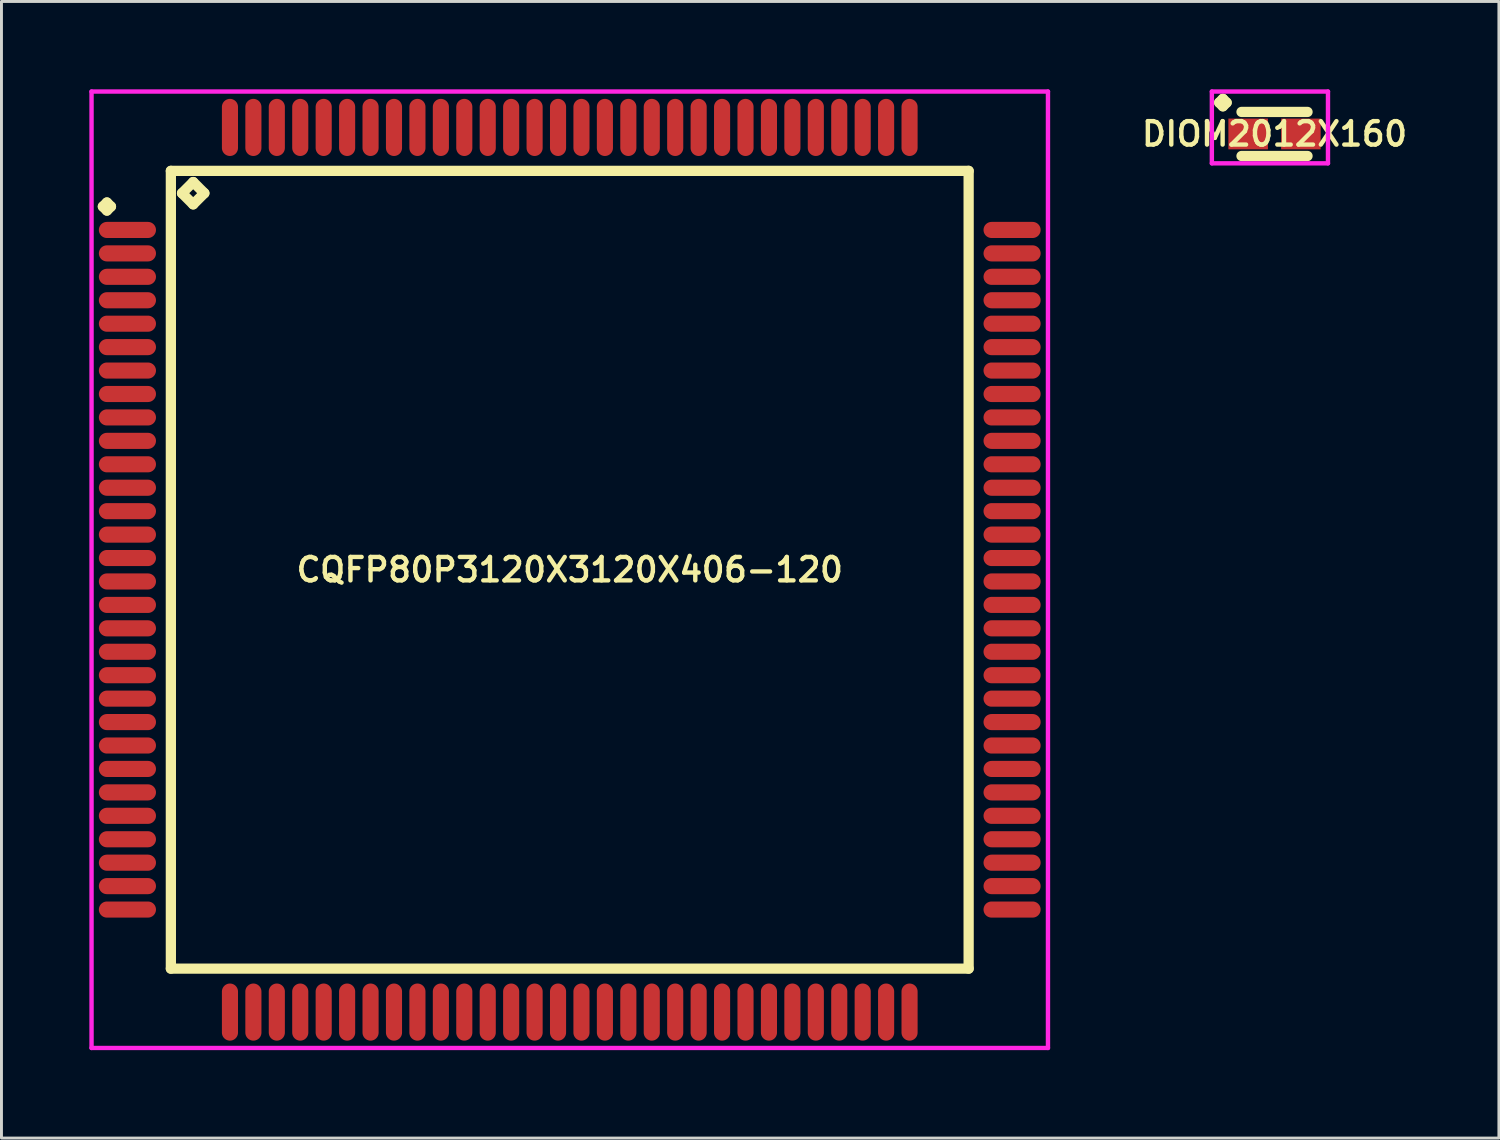
<source format=kicad_pcb>
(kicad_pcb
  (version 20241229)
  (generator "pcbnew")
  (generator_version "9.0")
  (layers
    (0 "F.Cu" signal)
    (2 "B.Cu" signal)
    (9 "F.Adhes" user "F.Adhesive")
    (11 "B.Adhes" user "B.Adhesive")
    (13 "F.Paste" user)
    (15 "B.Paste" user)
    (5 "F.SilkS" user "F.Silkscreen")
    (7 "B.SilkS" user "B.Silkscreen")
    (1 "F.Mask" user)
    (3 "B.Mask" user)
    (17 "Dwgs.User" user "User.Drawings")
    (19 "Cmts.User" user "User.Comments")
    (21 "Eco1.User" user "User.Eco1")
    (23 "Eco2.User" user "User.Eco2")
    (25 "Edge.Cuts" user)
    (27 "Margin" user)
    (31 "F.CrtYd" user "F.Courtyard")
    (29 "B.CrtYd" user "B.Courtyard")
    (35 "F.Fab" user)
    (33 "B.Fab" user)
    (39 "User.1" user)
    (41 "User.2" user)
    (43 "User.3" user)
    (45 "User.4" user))
  (footprint "DIOM2012X160"
    (layer "F.Cu")
    (at 40.459 1.523)
    (property "Reference" "DIOM2012X160" (at 0 0 0) (layer "F.SilkS") (effects (font (size 0.8 0.8) (thickness 0.15))))
    (attr smd)
    (fp_line (start -1.889 -1.071) (end -1.762 -1.198) (stroke (width 0.35) (type solid)) (layer "F.SilkS"))
    (fp_line (start -1.762 -1.198) (end -1.635 -1.071) (stroke (width 0.35) (type solid)) (layer "F.SilkS"))
    (fp_line (start -1.762 -0.944) (end -1.889 -1.071) (stroke (width 0.35) (type solid)) (layer "F.SilkS"))
    (fp_line (start -1.635 -1.071) (end -1.762 -0.944) (stroke (width 0.35) (type solid)) (layer "F.SilkS"))
    (fp_line (start -1.127 -0.752) (end 1.127 -0.752) (stroke (width 0.35) (type solid)) (layer "F.SilkS"))
    (fp_line (start -1.127 0.752) (end 1.127 0.752) (stroke (width 0.35) (type solid)) (layer "F.SilkS"))
    (fp_line (start -2.139 -1.448) (end 1.825 -1.448) (stroke (width 0.15) (type solid)) (layer "F.CrtYd"))
    (fp_line (start -2.139 1.002) (end -2.139 -1.448) (stroke (width 0.15) (type solid)) (layer "F.CrtYd"))
    (fp_line (start 1.825 -1.448) (end 1.825 1.002) (stroke (width 0.15) (type solid)) (layer "F.CrtYd"))
    (fp_line (start 1.825 1.002) (end -2.139 1.002) (stroke (width 0.15) (type solid)) (layer "F.CrtYd"))
    (pad "1" smd rect (at -0.9 0) (size 1.35 1.05) (layers "F.Cu" "F.Mask" "F.Paste"))
    (pad "2" smd rect (at 0.9 0) (size 1.35 1.05) (layers "F.Cu" "F.Mask" "F.Paste")))
  (footprint "CQFP80P3120X3120X406-120"
    (layer "F.Cu")
    (at 16.4 16.4)
    (property "Reference" "CQFP80P3120X3120X406-120" (at 0 0 0) (layer "F.SilkS") (effects (font (size 0.8 0.8) (thickness 0.15))))
    (attr smd)
    (fp_line (start -15.938 -12.4) (end -15.8 -12.537) (stroke (width 0.35) (type solid)) (layer "F.SilkS"))
    (fp_line (start -15.8 -12.537) (end -15.662 -12.4) (stroke (width 0.35) (type solid)) (layer "F.SilkS"))
    (fp_line (start -15.8 -12.262) (end -15.938 -12.4) (stroke (width 0.35) (type solid)) (layer "F.SilkS"))
    (fp_line (start -15.662 -12.4) (end -15.8 -12.262) (stroke (width 0.35) (type solid)) (layer "F.SilkS"))
    (fp_line (start -13.617 -13.617) (end -13.617 13.617) (stroke (width 0.35) (type solid)) (layer "F.SilkS"))
    (fp_line (start -13.617 13.617) (end 13.617 13.617) (stroke (width 0.35) (type solid)) (layer "F.SilkS"))
    (fp_line (start -13.236 -12.855) (end -12.855 -13.236) (stroke (width 0.35) (type solid)) (layer "F.SilkS"))
    (fp_line (start -12.855 -13.236) (end -12.474 -12.855) (stroke (width 0.35) (type solid)) (layer "F.SilkS"))
    (fp_line (start -12.855 -12.474) (end -13.236 -12.855) (stroke (width 0.35) (type solid)) (layer "F.SilkS"))
    (fp_line (start -12.474 -12.855) (end -12.855 -12.474) (stroke (width 0.35) (type solid)) (layer "F.SilkS"))
    (fp_line (start 13.617 -13.617) (end -13.617 -13.617) (stroke (width 0.35) (type solid)) (layer "F.SilkS"))
    (fp_line (start 13.617 13.617) (end 13.617 -13.617) (stroke (width 0.35) (type solid)) (layer "F.SilkS"))
    (fp_line (start -16.325 -16.325) (end 16.325 -16.325) (stroke (width 0.15) (type solid)) (layer "F.CrtYd"))
    (fp_line (start -16.325 16.325) (end -16.325 -16.325) (stroke (width 0.15) (type solid)) (layer "F.CrtYd"))
    (fp_line (start 16.325 -16.325) (end 16.325 16.325) (stroke (width 0.15) (type solid)) (layer "F.CrtYd"))
    (fp_line (start 16.325 16.325) (end -16.325 16.325) (stroke (width 0.15) (type solid)) (layer "F.CrtYd"))
    (pad "1" smd oval (at -15.1 -11.6) (size 1.95 0.55) (layers "F.Cu" "F.Mask" "F.Paste"))
    (pad "2" smd oval (at -15.1 -10.8) (size 1.95 0.55) (layers "F.Cu" "F.Mask" "F.Paste"))
    (pad "3" smd oval (at -15.1 -10) (size 1.95 0.55) (layers "F.Cu" "F.Mask" "F.Paste"))
    (pad "4" smd oval (at -15.1 -9.2) (size 1.95 0.55) (layers "F.Cu" "F.Mask" "F.Paste"))
    (pad "5" smd oval (at -15.1 -8.4) (size 1.95 0.55) (layers "F.Cu" "F.Mask" "F.Paste"))
    (pad "6" smd oval (at -15.1 -7.6) (size 1.95 0.55) (layers "F.Cu" "F.Mask" "F.Paste"))
    (pad "7" smd oval (at -15.1 -6.8) (size 1.95 0.55) (layers "F.Cu" "F.Mask" "F.Paste"))
    (pad "8" smd oval (at -15.1 -6) (size 1.95 0.55) (layers "F.Cu" "F.Mask" "F.Paste"))
    (pad "9" smd oval (at -15.1 -5.2) (size 1.95 0.55) (layers "F.Cu" "F.Mask" "F.Paste"))
    (pad "10" smd oval (at -15.1 -4.4) (size 1.95 0.55) (layers "F.Cu" "F.Mask" "F.Paste"))
    (pad "11" smd oval (at -15.1 -3.6) (size 1.95 0.55) (layers "F.Cu" "F.Mask" "F.Paste"))
    (pad "12" smd oval (at -15.1 -2.8) (size 1.95 0.55) (layers "F.Cu" "F.Mask" "F.Paste"))
    (pad "13" smd oval (at -15.1 -2) (size 1.95 0.55) (layers "F.Cu" "F.Mask" "F.Paste"))
    (pad "14" smd oval (at -15.1 -1.2) (size 1.95 0.55) (layers "F.Cu" "F.Mask" "F.Paste"))
    (pad "15" smd oval (at -15.1 -0.4) (size 1.95 0.55) (layers "F.Cu" "F.Mask" "F.Paste"))
    (pad "16" smd oval (at -15.1 0.4) (size 1.95 0.55) (layers "F.Cu" "F.Mask" "F.Paste"))
    (pad "17" smd oval (at -15.1 1.2) (size 1.95 0.55) (layers "F.Cu" "F.Mask" "F.Paste"))
    (pad "18" smd oval (at -15.1 2) (size 1.95 0.55) (layers "F.Cu" "F.Mask" "F.Paste"))
    (pad "19" smd oval (at -15.1 2.8) (size 1.95 0.55) (layers "F.Cu" "F.Mask" "F.Paste"))
    (pad "20" smd oval (at -15.1 3.6) (size 1.95 0.55) (layers "F.Cu" "F.Mask" "F.Paste"))
    (pad "21" smd oval (at -15.1 4.4) (size 1.95 0.55) (layers "F.Cu" "F.Mask" "F.Paste"))
    (pad "22" smd oval (at -15.1 5.2) (size 1.95 0.55) (layers "F.Cu" "F.Mask" "F.Paste"))
    (pad "23" smd oval (at -15.1 6) (size 1.95 0.55) (layers "F.Cu" "F.Mask" "F.Paste"))
    (pad "24" smd oval (at -15.1 6.8) (size 1.95 0.55) (layers "F.Cu" "F.Mask" "F.Paste"))
    (pad "25" smd oval (at -15.1 7.6) (size 1.95 0.55) (layers "F.Cu" "F.Mask" "F.Paste"))
    (pad "26" smd oval (at -15.1 8.4) (size 1.95 0.55) (layers "F.Cu" "F.Mask" "F.Paste"))
    (pad "27" smd oval (at -15.1 9.2) (size 1.95 0.55) (layers "F.Cu" "F.Mask" "F.Paste"))
    (pad "28" smd oval (at -15.1 10) (size 1.95 0.55) (layers "F.Cu" "F.Mask" "F.Paste"))
    (pad "29" smd oval (at -15.1 10.8) (size 1.95 0.55) (layers "F.Cu" "F.Mask" "F.Paste"))
    (pad "30" smd oval (at -15.1 11.6) (size 1.95 0.55) (layers "F.Cu" "F.Mask" "F.Paste"))
    (pad "31" smd oval (at -11.6 15.1) (size 0.55 1.95) (layers "F.Cu" "F.Mask" "F.Paste"))
    (pad "32" smd oval (at -10.8 15.1) (size 0.55 1.95) (layers "F.Cu" "F.Mask" "F.Paste"))
    (pad "33" smd oval (at -10 15.1) (size 0.55 1.95) (layers "F.Cu" "F.Mask" "F.Paste"))
    (pad "34" smd oval (at -9.2 15.1) (size 0.55 1.95) (layers "F.Cu" "F.Mask" "F.Paste"))
    (pad "35" smd oval (at -8.4 15.1) (size 0.55 1.95) (layers "F.Cu" "F.Mask" "F.Paste"))
    (pad "36" smd oval (at -7.6 15.1) (size 0.55 1.95) (layers "F.Cu" "F.Mask" "F.Paste"))
    (pad "37" smd oval (at -6.8 15.1) (size 0.55 1.95) (layers "F.Cu" "F.Mask" "F.Paste"))
    (pad "38" smd oval (at -6 15.1) (size 0.55 1.95) (layers "F.Cu" "F.Mask" "F.Paste"))
    (pad "39" smd oval (at -5.2 15.1) (size 0.55 1.95) (layers "F.Cu" "F.Mask" "F.Paste"))
    (pad "40" smd oval (at -4.4 15.1) (size 0.55 1.95) (layers "F.Cu" "F.Mask" "F.Paste"))
    (pad "41" smd oval (at -3.6 15.1) (size 0.55 1.95) (layers "F.Cu" "F.Mask" "F.Paste"))
    (pad "42" smd oval (at -2.8 15.1) (size 0.55 1.95) (layers "F.Cu" "F.Mask" "F.Paste"))
    (pad "43" smd oval (at -2 15.1) (size 0.55 1.95) (layers "F.Cu" "F.Mask" "F.Paste"))
    (pad "44" smd oval (at -1.2 15.1) (size 0.55 1.95) (layers "F.Cu" "F.Mask" "F.Paste"))
    (pad "45" smd oval (at -0.4 15.1) (size 0.55 1.95) (layers "F.Cu" "F.Mask" "F.Paste"))
    (pad "46" smd oval (at 0.4 15.1) (size 0.55 1.95) (layers "F.Cu" "F.Mask" "F.Paste"))
    (pad "47" smd oval (at 1.2 15.1) (size 0.55 1.95) (layers "F.Cu" "F.Mask" "F.Paste"))
    (pad "48" smd oval (at 2 15.1) (size 0.55 1.95) (layers "F.Cu" "F.Mask" "F.Paste"))
    (pad "49" smd oval (at 2.8 15.1) (size 0.55 1.95) (layers "F.Cu" "F.Mask" "F.Paste"))
    (pad "50" smd oval (at 3.6 15.1) (size 0.55 1.95) (layers "F.Cu" "F.Mask" "F.Paste"))
    (pad "51" smd oval (at 4.4 15.1) (size 0.55 1.95) (layers "F.Cu" "F.Mask" "F.Paste"))
    (pad "52" smd oval (at 5.2 15.1) (size 0.55 1.95) (layers "F.Cu" "F.Mask" "F.Paste"))
    (pad "53" smd oval (at 6 15.1) (size 0.55 1.95) (layers "F.Cu" "F.Mask" "F.Paste"))
    (pad "54" smd oval (at 6.8 15.1) (size 0.55 1.95) (layers "F.Cu" "F.Mask" "F.Paste"))
    (pad "55" smd oval (at 7.6 15.1) (size 0.55 1.95) (layers "F.Cu" "F.Mask" "F.Paste"))
    (pad "56" smd oval (at 8.4 15.1) (size 0.55 1.95) (layers "F.Cu" "F.Mask" "F.Paste"))
    (pad "57" smd oval (at 9.2 15.1) (size 0.55 1.95) (layers "F.Cu" "F.Mask" "F.Paste"))
    (pad "58" smd oval (at 10 15.1) (size 0.55 1.95) (layers "F.Cu" "F.Mask" "F.Paste"))
    (pad "59" smd oval (at 10.8 15.1) (size 0.55 1.95) (layers "F.Cu" "F.Mask" "F.Paste"))
    (pad "60" smd oval (at 11.6 15.1) (size 0.55 1.95) (layers "F.Cu" "F.Mask" "F.Paste"))
    (pad "61" smd oval (at 15.1 11.6) (size 1.95 0.55) (layers "F.Cu" "F.Mask" "F.Paste"))
    (pad "62" smd oval (at 15.1 10.8) (size 1.95 0.55) (layers "F.Cu" "F.Mask" "F.Paste"))
    (pad "63" smd oval (at 15.1 10) (size 1.95 0.55) (layers "F.Cu" "F.Mask" "F.Paste"))
    (pad "64" smd oval (at 15.1 9.2) (size 1.95 0.55) (layers "F.Cu" "F.Mask" "F.Paste"))
    (pad "65" smd oval (at 15.1 8.4) (size 1.95 0.55) (layers "F.Cu" "F.Mask" "F.Paste"))
    (pad "66" smd oval (at 15.1 7.6) (size 1.95 0.55) (layers "F.Cu" "F.Mask" "F.Paste"))
    (pad "67" smd oval (at 15.1 6.8) (size 1.95 0.55) (layers "F.Cu" "F.Mask" "F.Paste"))
    (pad "68" smd oval (at 15.1 6) (size 1.95 0.55) (layers "F.Cu" "F.Mask" "F.Paste"))
    (pad "69" smd oval (at 15.1 5.2) (size 1.95 0.55) (layers "F.Cu" "F.Mask" "F.Paste"))
    (pad "70" smd oval (at 15.1 4.4) (size 1.95 0.55) (layers "F.Cu" "F.Mask" "F.Paste"))
    (pad "71" smd oval (at 15.1 3.6) (size 1.95 0.55) (layers "F.Cu" "F.Mask" "F.Paste"))
    (pad "72" smd oval (at 15.1 2.8) (size 1.95 0.55) (layers "F.Cu" "F.Mask" "F.Paste"))
    (pad "73" smd oval (at 15.1 2) (size 1.95 0.55) (layers "F.Cu" "F.Mask" "F.Paste"))
    (pad "74" smd oval (at 15.1 1.2) (size 1.95 0.55) (layers "F.Cu" "F.Mask" "F.Paste"))
    (pad "75" smd oval (at 15.1 0.4) (size 1.95 0.55) (layers "F.Cu" "F.Mask" "F.Paste"))
    (pad "76" smd oval (at 15.1 -0.4) (size 1.95 0.55) (layers "F.Cu" "F.Mask" "F.Paste"))
    (pad "77" smd oval (at 15.1 -1.2) (size 1.95 0.55) (layers "F.Cu" "F.Mask" "F.Paste"))
    (pad "78" smd oval (at 15.1 -2) (size 1.95 0.55) (layers "F.Cu" "F.Mask" "F.Paste"))
    (pad "79" smd oval (at 15.1 -2.8) (size 1.95 0.55) (layers "F.Cu" "F.Mask" "F.Paste"))
    (pad "80" smd oval (at 15.1 -3.6) (size 1.95 0.55) (layers "F.Cu" "F.Mask" "F.Paste"))
    (pad "81" smd oval (at 15.1 -4.4) (size 1.95 0.55) (layers "F.Cu" "F.Mask" "F.Paste"))
    (pad "82" smd oval (at 15.1 -5.2) (size 1.95 0.55) (layers "F.Cu" "F.Mask" "F.Paste"))
    (pad "83" smd oval (at 15.1 -6) (size 1.95 0.55) (layers "F.Cu" "F.Mask" "F.Paste"))
    (pad "84" smd oval (at 15.1 -6.8) (size 1.95 0.55) (layers "F.Cu" "F.Mask" "F.Paste"))
    (pad "85" smd oval (at 15.1 -7.6) (size 1.95 0.55) (layers "F.Cu" "F.Mask" "F.Paste"))
    (pad "86" smd oval (at 15.1 -8.4) (size 1.95 0.55) (layers "F.Cu" "F.Mask" "F.Paste"))
    (pad "87" smd oval (at 15.1 -9.2) (size 1.95 0.55) (layers "F.Cu" "F.Mask" "F.Paste"))
    (pad "88" smd oval (at 15.1 -10) (size 1.95 0.55) (layers "F.Cu" "F.Mask" "F.Paste"))
    (pad "89" smd oval (at 15.1 -10.8) (size 1.95 0.55) (layers "F.Cu" "F.Mask" "F.Paste"))
    (pad "90" smd oval (at 15.1 -11.6) (size 1.95 0.55) (layers "F.Cu" "F.Mask" "F.Paste"))
    (pad "91" smd oval (at 11.6 -15.1) (size 0.55 1.95) (layers "F.Cu" "F.Mask" "F.Paste"))
    (pad "92" smd oval (at 10.8 -15.1) (size 0.55 1.95) (layers "F.Cu" "F.Mask" "F.Paste"))
    (pad "93" smd oval (at 10 -15.1) (size 0.55 1.95) (layers "F.Cu" "F.Mask" "F.Paste"))
    (pad "94" smd oval (at 9.2 -15.1) (size 0.55 1.95) (layers "F.Cu" "F.Mask" "F.Paste"))
    (pad "95" smd oval (at 8.4 -15.1) (size 0.55 1.95) (layers "F.Cu" "F.Mask" "F.Paste"))
    (pad "96" smd oval (at 7.6 -15.1) (size 0.55 1.95) (layers "F.Cu" "F.Mask" "F.Paste"))
    (pad "97" smd oval (at 6.8 -15.1) (size 0.55 1.95) (layers "F.Cu" "F.Mask" "F.Paste"))
    (pad "98" smd oval (at 6 -15.1) (size 0.55 1.95) (layers "F.Cu" "F.Mask" "F.Paste"))
    (pad "99" smd oval (at 5.2 -15.1) (size 0.55 1.95) (layers "F.Cu" "F.Mask" "F.Paste"))
    (pad "100" smd oval (at 4.4 -15.1) (size 0.55 1.95) (layers "F.Cu" "F.Mask" "F.Paste"))
    (pad "101" smd oval (at 3.6 -15.1) (size 0.55 1.95) (layers "F.Cu" "F.Mask" "F.Paste"))
    (pad "102" smd oval (at 2.8 -15.1) (size 0.55 1.95) (layers "F.Cu" "F.Mask" "F.Paste"))
    (pad "103" smd oval (at 2 -15.1) (size 0.55 1.95) (layers "F.Cu" "F.Mask" "F.Paste"))
    (pad "104" smd oval (at 1.2 -15.1) (size 0.55 1.95) (layers "F.Cu" "F.Mask" "F.Paste"))
    (pad "105" smd oval (at 0.4 -15.1) (size 0.55 1.95) (layers "F.Cu" "F.Mask" "F.Paste"))
    (pad "106" smd oval (at -0.4 -15.1) (size 0.55 1.95) (layers "F.Cu" "F.Mask" "F.Paste"))
    (pad "107" smd oval (at -1.2 -15.1) (size 0.55 1.95) (layers "F.Cu" "F.Mask" "F.Paste"))
    (pad "108" smd oval (at -2 -15.1) (size 0.55 1.95) (layers "F.Cu" "F.Mask" "F.Paste"))
    (pad "109" smd oval (at -2.8 -15.1) (size 0.55 1.95) (layers "F.Cu" "F.Mask" "F.Paste"))
    (pad "110" smd oval (at -3.6 -15.1) (size 0.55 1.95) (layers "F.Cu" "F.Mask" "F.Paste"))
    (pad "111" smd oval (at -4.4 -15.1) (size 0.55 1.95) (layers "F.Cu" "F.Mask" "F.Paste"))
    (pad "112" smd oval (at -5.2 -15.1) (size 0.55 1.95) (layers "F.Cu" "F.Mask" "F.Paste"))
    (pad "113" smd oval (at -6 -15.1) (size 0.55 1.95) (layers "F.Cu" "F.Mask" "F.Paste"))
    (pad "114" smd oval (at -6.8 -15.1) (size 0.55 1.95) (layers "F.Cu" "F.Mask" "F.Paste"))
    (pad "115" smd oval (at -7.6 -15.1) (size 0.55 1.95) (layers "F.Cu" "F.Mask" "F.Paste"))
    (pad "116" smd oval (at -8.4 -15.1) (size 0.55 1.95) (layers "F.Cu" "F.Mask" "F.Paste"))
    (pad "117" smd oval (at -9.2 -15.1) (size 0.55 1.95) (layers "F.Cu" "F.Mask" "F.Paste"))
    (pad "118" smd oval (at -10 -15.1) (size 0.55 1.95) (layers "F.Cu" "F.Mask" "F.Paste"))
    (pad "119" smd oval (at -10.8 -15.1) (size 0.55 1.95) (layers "F.Cu" "F.Mask" "F.Paste"))
    (pad "120" smd oval (at -11.6 -15.1) (size 0.55 1.95) (layers "F.Cu" "F.Mask" "F.Paste")))
  (gr_rect
    (start -3 -3)
    (end 48.119 35.8)
    (stroke (width 0.1) (type default))
    (fill no)
    (layer "Edge.Cuts")))
</source>
